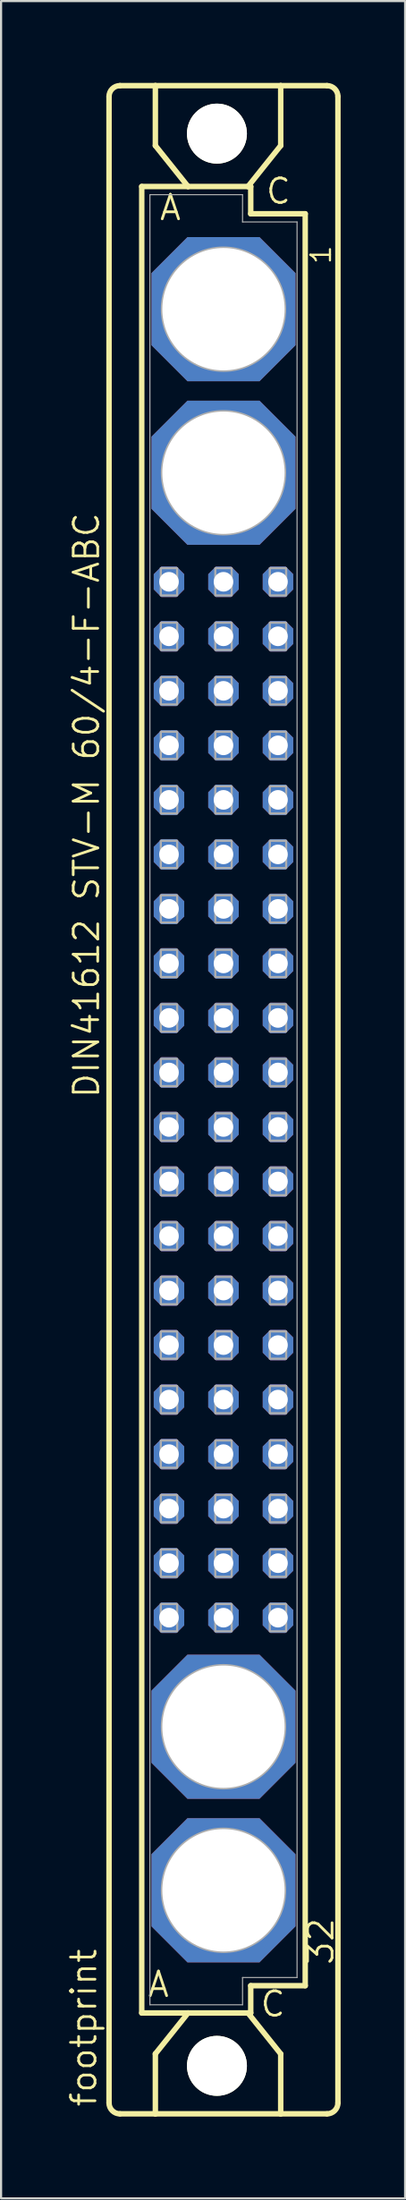
<source format=kicad_pcb>
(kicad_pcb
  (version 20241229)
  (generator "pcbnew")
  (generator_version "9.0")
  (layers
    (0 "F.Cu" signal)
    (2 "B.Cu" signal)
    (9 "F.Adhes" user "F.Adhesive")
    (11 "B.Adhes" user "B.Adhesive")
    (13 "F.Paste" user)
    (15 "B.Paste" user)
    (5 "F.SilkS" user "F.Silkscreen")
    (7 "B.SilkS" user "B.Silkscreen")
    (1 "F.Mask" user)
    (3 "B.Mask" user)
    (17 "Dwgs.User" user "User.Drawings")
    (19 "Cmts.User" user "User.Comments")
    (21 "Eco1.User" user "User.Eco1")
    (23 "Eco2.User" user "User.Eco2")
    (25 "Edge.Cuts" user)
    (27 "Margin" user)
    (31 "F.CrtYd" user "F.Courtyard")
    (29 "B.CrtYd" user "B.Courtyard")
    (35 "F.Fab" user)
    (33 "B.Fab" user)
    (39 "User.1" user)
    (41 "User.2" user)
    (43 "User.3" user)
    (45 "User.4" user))
  (footprint "footprint"
    (layer "F.Cu")
    (at 7.366 48.184)
    (property "Reference" "footprint" (at -5.842 46.99 90) (layer "F.SilkS") (effects (font (size 1.143 1.143) (thickness 0.127)) (justify left bottom)))
    (fp_line (start -5.334 46.736) (end -5.334 -46.736) (stroke (width 0.254) (type solid)) (layer "F.SilkS"))
    (fp_line (start -4.826 -47.244) (end -3.175 -47.244) (stroke (width 0.254) (type solid)) (layer "F.SilkS"))
    (fp_line (start -4.826 47.244) (end -3.175 47.244) (stroke (width 0.254) (type solid)) (layer "F.SilkS"))
    (fp_line (start -3.81 -42.545) (end -3.81 42.545) (stroke (width 0.254) (type solid)) (layer "F.SilkS"))
    (fp_line (start -3.81 42.545) (end -1.651 42.545) (stroke (width 0.254) (type solid)) (layer "F.SilkS"))
    (fp_line (start -3.175 -47.244) (end -3.175 -44.45) (stroke (width 0.254) (type solid)) (layer "F.SilkS"))
    (fp_line (start -3.175 47.244) (end -3.175 44.45) (stroke (width 0.254) (type solid)) (layer "F.SilkS"))
    (fp_line (start -3.175 47.244) (end 2.667 47.244) (stroke (width 0.254) (type solid)) (layer "F.SilkS"))
    (fp_line (start -1.651 -42.545) (end -3.81 -42.545) (stroke (width 0.254) (type solid)) (layer "F.SilkS"))
    (fp_line (start -1.651 -42.545) (end -3.175 -44.45) (stroke (width 0.254) (type solid)) (layer "F.SilkS"))
    (fp_line (start -1.651 42.545) (end -3.175 44.45) (stroke (width 0.254) (type solid)) (layer "F.SilkS"))
    (fp_line (start -1.651 42.545) (end 1.143 42.545) (stroke (width 0.254) (type solid)) (layer "F.SilkS"))
    (fp_line (start 1.143 -42.545) (end -1.651 -42.545) (stroke (width 0.254) (type solid)) (layer "F.SilkS"))
    (fp_line (start 1.143 -42.545) (end 2.667 -44.45) (stroke (width 0.254) (type solid)) (layer "F.SilkS"))
    (fp_line (start 1.143 42.545) (end 1.27 42.545) (stroke (width 0.254) (type solid)) (layer "F.SilkS"))
    (fp_line (start 1.143 42.545) (end 2.667 44.45) (stroke (width 0.254) (type solid)) (layer "F.SilkS"))
    (fp_line (start 1.27 -42.545) (end 1.143 -42.545) (stroke (width 0.254) (type solid)) (layer "F.SilkS"))
    (fp_line (start 1.27 -41.275) (end 1.27 -42.545) (stroke (width 0.254) (type solid)) (layer "F.SilkS"))
    (fp_line (start 1.27 41.275) (end 3.81 41.275) (stroke (width 0.254) (type solid)) (layer "F.SilkS"))
    (fp_line (start 1.27 42.545) (end 1.27 41.275) (stroke (width 0.254) (type solid)) (layer "F.SilkS"))
    (fp_line (start 2.667 -47.244) (end -3.175 -47.244) (stroke (width 0.254) (type solid)) (layer "F.SilkS"))
    (fp_line (start 2.667 -47.244) (end 2.667 -44.45) (stroke (width 0.254) (type solid)) (layer "F.SilkS"))
    (fp_line (start 2.667 47.244) (end 2.667 44.45) (stroke (width 0.254) (type solid)) (layer "F.SilkS"))
    (fp_line (start 2.667 47.244) (end 4.826 47.244) (stroke (width 0.254) (type solid)) (layer "F.SilkS"))
    (fp_line (start 3.81 -41.275) (end 1.27 -41.275) (stroke (width 0.254) (type solid)) (layer "F.SilkS"))
    (fp_line (start 3.81 41.275) (end 3.81 -41.275) (stroke (width 0.254) (type solid)) (layer "F.SilkS"))
    (fp_line (start 4.826 -47.244) (end 2.667 -47.244) (stroke (width 0.254) (type solid)) (layer "F.SilkS"))
    (fp_line (start 5.334 46.736) (end 5.334 -46.736) (stroke (width 0.254) (type solid)) (layer "F.SilkS"))
    (fp_arc (start -5.334 -46.736) (mid -5.18521 -47.09521) (end -4.826 -47.244) (stroke (width 0.254) (type solid)) (layer "F.SilkS"))
    (fp_arc (start -4.826 47.244) (mid -5.18521 47.09521) (end -5.334 46.736) (stroke (width 0.254) (type solid)) (layer "F.SilkS"))
    (fp_arc (start 4.826 -47.244) (mid 5.18521 -47.09521) (end 5.334 -46.736) (stroke (width 0.254) (type solid)) (layer "F.SilkS"))
    (fp_arc (start 5.334 46.736) (mid 5.18521 47.09521) (end 4.826 47.244) (stroke (width 0.254) (type solid)) (layer "F.SilkS"))
    (fp_circle (center -0.305 -45.009) (end 0.965 -45.009) (stroke (width 0.254) (type solid)) (fill no) (layer "F.SilkS"))
    (fp_circle (center -0.305 45.009) (end 0.965 45.009) (stroke (width 0.254) (type solid)) (fill no) (layer "F.SilkS"))
    (fp_line (start -3.429 -42.164) (end -3.429 42.164) (stroke (width 0.051) (type solid)) (layer "F.Fab"))
    (fp_line (start -3.429 -42.164) (end 0.889 -42.164) (stroke (width 0.051) (type solid)) (layer "F.Fab"))
    (fp_line (start -3.429 42.164) (end 0.889 42.164) (stroke (width 0.051) (type solid)) (layer "F.Fab"))
    (fp_line (start 0.889 -42.164) (end 0.889 -40.894) (stroke (width 0.051) (type solid)) (layer "F.Fab"))
    (fp_line (start 0.889 -40.894) (end 3.429 -40.894) (stroke (width 0.051) (type solid)) (layer "F.Fab"))
    (fp_line (start 0.889 40.894) (end 3.429 40.894) (stroke (width 0.051) (type solid)) (layer "F.Fab"))
    (fp_line (start 0.889 42.164) (end 0.889 40.894) (stroke (width 0.051) (type solid)) (layer "F.Fab"))
    (fp_line (start 3.429 -40.894) (end 3.429 40.894) (stroke (width 0.051) (type solid)) (layer "F.Fab"))
    (fp_circle (center 0 -36.83) (end 2.794 -36.83) (stroke (width 0.254) (type solid)) (fill no) (layer "F.Fab"))
    (fp_circle (center 0 -29.21) (end 2.794 -29.21) (stroke (width 0.254) (type solid)) (fill no) (layer "F.Fab"))
    (fp_circle (center 0 29.21) (end 2.794 29.21) (stroke (width 0.254) (type solid)) (fill no) (layer "F.Fab"))
    (fp_circle (center 0 36.83) (end 2.794 36.83) (stroke (width 0.254) (type solid)) (fill no) (layer "F.Fab"))
    (fp_poly (pts (xy -2.921 -23.495) (xy -2.159 -23.495) (xy -2.159 -24.765) (xy -2.921 -24.765)) (stroke (width 0.1) (type solid)) (fill no) (layer "F.Fab"))
    (fp_poly (pts (xy -2.921 -20.955) (xy -2.159 -20.955) (xy -2.159 -22.225) (xy -2.921 -22.225)) (stroke (width 0.1) (type solid)) (fill no) (layer "F.Fab"))
    (fp_poly (pts (xy -2.921 -18.415) (xy -2.159 -18.415) (xy -2.159 -19.685) (xy -2.921 -19.685)) (stroke (width 0.1) (type solid)) (fill no) (layer "F.Fab"))
    (fp_poly (pts (xy -2.921 -15.875) (xy -2.159 -15.875) (xy -2.159 -17.145) (xy -2.921 -17.145)) (stroke (width 0.1) (type solid)) (fill no) (layer "F.Fab"))
    (fp_poly (pts (xy -2.921 -13.335) (xy -2.159 -13.335) (xy -2.159 -14.605) (xy -2.921 -14.605)) (stroke (width 0.1) (type solid)) (fill no) (layer "F.Fab"))
    (fp_poly (pts (xy -2.921 -10.795) (xy -2.159 -10.795) (xy -2.159 -12.065) (xy -2.921 -12.065)) (stroke (width 0.1) (type solid)) (fill no) (layer "F.Fab"))
    (fp_poly (pts (xy -2.921 -8.255) (xy -2.159 -8.255) (xy -2.159 -9.525) (xy -2.921 -9.525)) (stroke (width 0.1) (type solid)) (fill no) (layer "F.Fab"))
    (fp_poly (pts (xy -2.921 -5.715) (xy -2.159 -5.715) (xy -2.159 -6.985) (xy -2.921 -6.985)) (stroke (width 0.1) (type solid)) (fill no) (layer "F.Fab"))
    (fp_poly (pts (xy -2.921 -3.175) (xy -2.159 -3.175) (xy -2.159 -4.445) (xy -2.921 -4.445)) (stroke (width 0.1) (type solid)) (fill no) (layer "F.Fab"))
    (fp_poly (pts (xy -2.921 -0.635) (xy -2.159 -0.635) (xy -2.159 -1.905) (xy -2.921 -1.905)) (stroke (width 0.1) (type solid)) (fill no) (layer "F.Fab"))
    (fp_poly (pts (xy -2.921 1.905) (xy -2.159 1.905) (xy -2.159 0.635) (xy -2.921 0.635)) (stroke (width 0.1) (type solid)) (fill no) (layer "F.Fab"))
    (fp_poly (pts (xy -2.921 4.445) (xy -2.159 4.445) (xy -2.159 3.175) (xy -2.921 3.175)) (stroke (width 0.1) (type solid)) (fill no) (layer "F.Fab"))
    (fp_poly (pts (xy -2.921 6.985) (xy -2.159 6.985) (xy -2.159 5.715) (xy -2.921 5.715)) (stroke (width 0.1) (type solid)) (fill no) (layer "F.Fab"))
    (fp_poly (pts (xy -2.921 9.525) (xy -2.159 9.525) (xy -2.159 8.255) (xy -2.921 8.255)) (stroke (width 0.1) (type solid)) (fill no) (layer "F.Fab"))
    (fp_poly (pts (xy -2.921 12.065) (xy -2.159 12.065) (xy -2.159 10.795) (xy -2.921 10.795)) (stroke (width 0.1) (type solid)) (fill no) (layer "F.Fab"))
    (fp_poly (pts (xy -2.921 14.605) (xy -2.159 14.605) (xy -2.159 13.335) (xy -2.921 13.335)) (stroke (width 0.1) (type solid)) (fill no) (layer "F.Fab"))
    (fp_poly (pts (xy -2.921 17.145) (xy -2.159 17.145) (xy -2.159 15.875) (xy -2.921 15.875)) (stroke (width 0.1) (type solid)) (fill no) (layer "F.Fab"))
    (fp_poly (pts (xy -2.921 19.685) (xy -2.159 19.685) (xy -2.159 18.415) (xy -2.921 18.415)) (stroke (width 0.1) (type solid)) (fill no) (layer "F.Fab"))
    (fp_poly (pts (xy -2.921 22.225) (xy -2.159 22.225) (xy -2.159 20.955) (xy -2.921 20.955)) (stroke (width 0.1) (type solid)) (fill no) (layer "F.Fab"))
    (fp_poly (pts (xy -2.921 24.765) (xy -2.159 24.765) (xy -2.159 23.495) (xy -2.921 23.495)) (stroke (width 0.1) (type solid)) (fill no) (layer "F.Fab"))
    (fp_poly (pts (xy -0.381 -23.495) (xy 0.381 -23.495) (xy 0.381 -24.765) (xy -0.381 -24.765)) (stroke (width 0.1) (type solid)) (fill no) (layer "F.Fab"))
    (fp_poly (pts (xy -0.381 -20.955) (xy 0.381 -20.955) (xy 0.381 -22.225) (xy -0.381 -22.225)) (stroke (width 0.1) (type solid)) (fill no) (layer "F.Fab"))
    (fp_poly (pts (xy -0.381 -18.415) (xy 0.381 -18.415) (xy 0.381 -19.685) (xy -0.381 -19.685)) (stroke (width 0.1) (type solid)) (fill no) (layer "F.Fab"))
    (fp_poly (pts (xy -0.381 -15.875) (xy 0.381 -15.875) (xy 0.381 -17.145) (xy -0.381 -17.145)) (stroke (width 0.1) (type solid)) (fill no) (layer "F.Fab"))
    (fp_poly (pts (xy -0.381 -13.335) (xy 0.381 -13.335) (xy 0.381 -14.605) (xy -0.381 -14.605)) (stroke (width 0.1) (type solid)) (fill no) (layer "F.Fab"))
    (fp_poly (pts (xy -0.381 -10.795) (xy 0.381 -10.795) (xy 0.381 -12.065) (xy -0.381 -12.065)) (stroke (width 0.1) (type solid)) (fill no) (layer "F.Fab"))
    (fp_poly (pts (xy -0.381 -8.255) (xy 0.381 -8.255) (xy 0.381 -9.525) (xy -0.381 -9.525)) (stroke (width 0.1) (type solid)) (fill no) (layer "F.Fab"))
    (fp_poly (pts (xy -0.381 -5.715) (xy 0.381 -5.715) (xy 0.381 -6.985) (xy -0.381 -6.985)) (stroke (width 0.1) (type solid)) (fill no) (layer "F.Fab"))
    (fp_poly (pts (xy -0.381 -3.175) (xy 0.381 -3.175) (xy 0.381 -4.445) (xy -0.381 -4.445)) (stroke (width 0.1) (type solid)) (fill no) (layer "F.Fab"))
    (fp_poly (pts (xy -0.381 -0.635) (xy 0.381 -0.635) (xy 0.381 -1.905) (xy -0.381 -1.905)) (stroke (width 0.1) (type solid)) (fill no) (layer "F.Fab"))
    (fp_poly (pts (xy -0.381 1.905) (xy 0.381 1.905) (xy 0.381 0.635) (xy -0.381 0.635)) (stroke (width 0.1) (type solid)) (fill no) (layer "F.Fab"))
    (fp_poly (pts (xy -0.381 4.445) (xy 0.381 4.445) (xy 0.381 3.175) (xy -0.381 3.175)) (stroke (width 0.1) (type solid)) (fill no) (layer "F.Fab"))
    (fp_poly (pts (xy -0.381 6.985) (xy 0.381 6.985) (xy 0.381 5.715) (xy -0.381 5.715)) (stroke (width 0.1) (type solid)) (fill no) (layer "F.Fab"))
    (fp_poly (pts (xy -0.381 9.525) (xy 0.381 9.525) (xy 0.381 8.255) (xy -0.381 8.255)) (stroke (width 0.1) (type solid)) (fill no) (layer "F.Fab"))
    (fp_poly (pts (xy -0.381 12.065) (xy 0.381 12.065) (xy 0.381 10.795) (xy -0.381 10.795)) (stroke (width 0.1) (type solid)) (fill no) (layer "F.Fab"))
    (fp_poly (pts (xy -0.381 14.605) (xy 0.381 14.605) (xy 0.381 13.335) (xy -0.381 13.335)) (stroke (width 0.1) (type solid)) (fill no) (layer "F.Fab"))
    (fp_poly (pts (xy -0.381 17.145) (xy 0.381 17.145) (xy 0.381 15.875) (xy -0.381 15.875)) (stroke (width 0.1) (type solid)) (fill no) (layer "F.Fab"))
    (fp_poly (pts (xy -0.381 19.685) (xy 0.381 19.685) (xy 0.381 18.415) (xy -0.381 18.415)) (stroke (width 0.1) (type solid)) (fill no) (layer "F.Fab"))
    (fp_poly (pts (xy -0.381 22.225) (xy 0.381 22.225) (xy 0.381 20.955) (xy -0.381 20.955)) (stroke (width 0.1) (type solid)) (fill no) (layer "F.Fab"))
    (fp_poly (pts (xy -0.381 24.765) (xy 0.381 24.765) (xy 0.381 23.495) (xy -0.381 23.495)) (stroke (width 0.1) (type solid)) (fill no) (layer "F.Fab"))
    (fp_poly (pts (xy 2.159 -23.495) (xy 2.921 -23.495) (xy 2.921 -24.765) (xy 2.159 -24.765)) (stroke (width 0.1) (type solid)) (fill no) (layer "F.Fab"))
    (fp_poly (pts (xy 2.159 -20.955) (xy 2.921 -20.955) (xy 2.921 -22.225) (xy 2.159 -22.225)) (stroke (width 0.1) (type solid)) (fill no) (layer "F.Fab"))
    (fp_poly (pts (xy 2.159 -18.415) (xy 2.921 -18.415) (xy 2.921 -19.685) (xy 2.159 -19.685)) (stroke (width 0.1) (type solid)) (fill no) (layer "F.Fab"))
    (fp_poly (pts (xy 2.159 -15.875) (xy 2.921 -15.875) (xy 2.921 -17.145) (xy 2.159 -17.145)) (stroke (width 0.1) (type solid)) (fill no) (layer "F.Fab"))
    (fp_poly (pts (xy 2.159 -13.335) (xy 2.921 -13.335) (xy 2.921 -14.605) (xy 2.159 -14.605)) (stroke (width 0.1) (type solid)) (fill no) (layer "F.Fab"))
    (fp_poly (pts (xy 2.159 -10.795) (xy 2.921 -10.795) (xy 2.921 -12.065) (xy 2.159 -12.065)) (stroke (width 0.1) (type solid)) (fill no) (layer "F.Fab"))
    (fp_poly (pts (xy 2.159 -8.255) (xy 2.921 -8.255) (xy 2.921 -9.525) (xy 2.159 -9.525)) (stroke (width 0.1) (type solid)) (fill no) (layer "F.Fab"))
    (fp_poly (pts (xy 2.159 -5.715) (xy 2.921 -5.715) (xy 2.921 -6.985) (xy 2.159 -6.985)) (stroke (width 0.1) (type solid)) (fill no) (layer "F.Fab"))
    (fp_poly (pts (xy 2.159 -3.175) (xy 2.921 -3.175) (xy 2.921 -4.445) (xy 2.159 -4.445)) (stroke (width 0.1) (type solid)) (fill no) (layer "F.Fab"))
    (fp_poly (pts (xy 2.159 -0.635) (xy 2.921 -0.635) (xy 2.921 -1.905) (xy 2.159 -1.905)) (stroke (width 0.1) (type solid)) (fill no) (layer "F.Fab"))
    (fp_poly (pts (xy 2.159 1.905) (xy 2.921 1.905) (xy 2.921 0.635) (xy 2.159 0.635)) (stroke (width 0.1) (type solid)) (fill no) (layer "F.Fab"))
    (fp_poly (pts (xy 2.159 4.445) (xy 2.921 4.445) (xy 2.921 3.175) (xy 2.159 3.175)) (stroke (width 0.1) (type solid)) (fill no) (layer "F.Fab"))
    (fp_poly (pts (xy 2.159 6.985) (xy 2.921 6.985) (xy 2.921 5.715) (xy 2.159 5.715)) (stroke (width 0.1) (type solid)) (fill no) (layer "F.Fab"))
    (fp_poly (pts (xy 2.159 9.525) (xy 2.921 9.525) (xy 2.921 8.255) (xy 2.159 8.255)) (stroke (width 0.1) (type solid)) (fill no) (layer "F.Fab"))
    (fp_poly (pts (xy 2.159 12.065) (xy 2.921 12.065) (xy 2.921 10.795) (xy 2.159 10.795)) (stroke (width 0.1) (type solid)) (fill no) (layer "F.Fab"))
    (fp_poly (pts (xy 2.159 14.605) (xy 2.921 14.605) (xy 2.921 13.335) (xy 2.159 13.335)) (stroke (width 0.1) (type solid)) (fill no) (layer "F.Fab"))
    (fp_poly (pts (xy 2.159 17.145) (xy 2.921 17.145) (xy 2.921 15.875) (xy 2.159 15.875)) (stroke (width 0.1) (type solid)) (fill no) (layer "F.Fab"))
    (fp_poly (pts (xy 2.159 19.685) (xy 2.921 19.685) (xy 2.921 18.415) (xy 2.159 18.415)) (stroke (width 0.1) (type solid)) (fill no) (layer "F.Fab"))
    (fp_poly (pts (xy 2.159 22.225) (xy 2.921 22.225) (xy 2.921 20.955) (xy 2.159 20.955)) (stroke (width 0.1) (type solid)) (fill no) (layer "F.Fab"))
    (fp_poly (pts (xy 2.159 24.765) (xy 2.921 24.765) (xy 2.921 23.495) (xy 2.159 23.495)) (stroke (width 0.1) (type solid)) (fill no) (layer "F.Fab"))
    (fp_text user " A " (at -4.475 41.883 0) (layer "F.SilkS") (effects (font (size 1.143 1.143) (thickness 0.127)) (justify left bottom)))
    (fp_text user "C" (at 1.905 -41.656 0) (layer "F.SilkS") (effects (font (size 1.143 1.143) (thickness 0.127)) (justify left bottom)))
    (fp_text user "1" (at 5.08 -38.862 90) (layer "F.SilkS") (effects (font (size 0.914 0.914) (thickness 0.102)) (justify left bottom)))
    (fp_text user "A" (at -3.048 -40.894 0) (layer "F.SilkS") (effects (font (size 1.143 1.143) (thickness 0.127)) (justify left bottom)))
    (fp_text user " C " (at 0.778 42.799 0) (layer "F.SilkS") (effects (font (size 1.143 1.143) (thickness 0.127)) (justify left bottom)))
    (fp_text user "32" (at 5.207 40.386 90) (layer "F.SilkS") (effects (font (size 1.143 1.143) (thickness 0.127)) (justify left bottom)))
    (fp_text user "DIN41612 STV-M 60/4-F-ABC" (at -5.715 0 90) (layer "F.SilkS") (effects (font (size 1.143 1.143) (thickness 0.127)) (justify left bottom)))
    (pad "" np_thru_hole circle (at -0.305 -45.009) (size 2.794 2.794) (drill 2.794) (layers "*.Cu" "*.Mask"))
    (pad "" np_thru_hole circle (at -0.305 45.009) (size 2.794 2.794) (drill 2.794) (layers "*.Cu" "*.Mask"))
    (pad "1" thru_hole roundrect (at 0 -36.83) (size 6.716 6.716) (drill 5.7) (layers "*.Cu" "*.Mask") (roundrect_rratio 0.25) (chamfer_ratio 0.25) (chamfer top_left top_right bottom_left bottom_right))
    (pad "2" thru_hole roundrect (at 0 -29.21) (size 6.716 6.716) (drill 5.7) (layers "*.Cu" "*.Mask") (roundrect_rratio 0.25) (chamfer_ratio 0.25) (chamfer top_left top_right bottom_left bottom_right))
    (pad "3" thru_hole roundrect (at 0 29.21) (size 6.716 6.716) (drill 5.7) (layers "*.Cu" "*.Mask") (roundrect_rratio 0.25) (chamfer_ratio 0.25) (chamfer top_left top_right bottom_left bottom_right))
    (pad "4" thru_hole roundrect (at 0 36.83) (size 6.716 6.716) (drill 5.7) (layers "*.Cu" "*.Mask") (roundrect_rratio 0.25) (chamfer_ratio 0.25) (chamfer top_left top_right bottom_left bottom_right))
    (pad "A7" thru_hole roundrect (at -2.54 -24.13) (size 1.422 1.422) (drill 0.914) (layers "*.Cu" "*.Mask") (roundrect_rratio 0.25) (chamfer_ratio 0.25) (chamfer top_left top_right bottom_left bottom_right))
    (pad "A8" thru_hole roundrect (at -2.54 -21.59) (size 1.422 1.422) (drill 0.914) (layers "*.Cu" "*.Mask") (roundrect_rratio 0.25) (chamfer_ratio 0.25) (chamfer top_left top_right bottom_left bottom_right))
    (pad "A9" thru_hole roundrect (at -2.54 -19.05) (size 1.422 1.422) (drill 0.914) (layers "*.Cu" "*.Mask") (roundrect_rratio 0.25) (chamfer_ratio 0.25) (chamfer top_left top_right bottom_left bottom_right))
    (pad "A10" thru_hole roundrect (at -2.54 -16.51) (size 1.422 1.422) (drill 0.914) (layers "*.Cu" "*.Mask") (roundrect_rratio 0.25) (chamfer_ratio 0.25) (chamfer top_left top_right bottom_left bottom_right))
    (pad "A11" thru_hole roundrect (at -2.54 -13.97) (size 1.422 1.422) (drill 0.914) (layers "*.Cu" "*.Mask") (roundrect_rratio 0.25) (chamfer_ratio 0.25) (chamfer top_left top_right bottom_left bottom_right))
    (pad "A12" thru_hole roundrect (at -2.54 -11.43) (size 1.422 1.422) (drill 0.914) (layers "*.Cu" "*.Mask") (roundrect_rratio 0.25) (chamfer_ratio 0.25) (chamfer top_left top_right bottom_left bottom_right))
    (pad "A13" thru_hole roundrect (at -2.54 -8.89) (size 1.422 1.422) (drill 0.914) (layers "*.Cu" "*.Mask") (roundrect_rratio 0.25) (chamfer_ratio 0.25) (chamfer top_left top_right bottom_left bottom_right))
    (pad "A14" thru_hole roundrect (at -2.54 -6.35) (size 1.422 1.422) (drill 0.914) (layers "*.Cu" "*.Mask") (roundrect_rratio 0.25) (chamfer_ratio 0.25) (chamfer top_left top_right bottom_left bottom_right))
    (pad "A15" thru_hole roundrect (at -2.54 -3.81) (size 1.422 1.422) (drill 0.914) (layers "*.Cu" "*.Mask") (roundrect_rratio 0.25) (chamfer_ratio 0.25) (chamfer top_left top_right bottom_left bottom_right))
    (pad "A16" thru_hole roundrect (at -2.54 -1.27) (size 1.422 1.422) (drill 0.914) (layers "*.Cu" "*.Mask") (roundrect_rratio 0.25) (chamfer_ratio 0.25) (chamfer top_left top_right bottom_left bottom_right))
    (pad "A17" thru_hole roundrect (at -2.54 1.27) (size 1.422 1.422) (drill 0.914) (layers "*.Cu" "*.Mask") (roundrect_rratio 0.25) (chamfer_ratio 0.25) (chamfer top_left top_right bottom_left bottom_right))
    (pad "A18" thru_hole roundrect (at -2.54 3.81) (size 1.422 1.422) (drill 0.914) (layers "*.Cu" "*.Mask") (roundrect_rratio 0.25) (chamfer_ratio 0.25) (chamfer top_left top_right bottom_left bottom_right))
    (pad "A19" thru_hole roundrect (at -2.54 6.35) (size 1.422 1.422) (drill 0.914) (layers "*.Cu" "*.Mask") (roundrect_rratio 0.25) (chamfer_ratio 0.25) (chamfer top_left top_right bottom_left bottom_right))
    (pad "A20" thru_hole roundrect (at -2.54 8.89) (size 1.422 1.422) (drill 0.914) (layers "*.Cu" "*.Mask") (roundrect_rratio 0.25) (chamfer_ratio 0.25) (chamfer top_left top_right bottom_left bottom_right))
    (pad "A21" thru_hole roundrect (at -2.54 11.43) (size 1.422 1.422) (drill 0.914) (layers "*.Cu" "*.Mask") (roundrect_rratio 0.25) (chamfer_ratio 0.25) (chamfer top_left top_right bottom_left bottom_right))
    (pad "A22" thru_hole roundrect (at -2.54 13.97) (size 1.422 1.422) (drill 0.914) (layers "*.Cu" "*.Mask") (roundrect_rratio 0.25) (chamfer_ratio 0.25) (chamfer top_left top_right bottom_left bottom_right))
    (pad "A23" thru_hole roundrect (at -2.54 16.51) (size 1.422 1.422) (drill 0.914) (layers "*.Cu" "*.Mask") (roundrect_rratio 0.25) (chamfer_ratio 0.25) (chamfer top_left top_right bottom_left bottom_right))
    (pad "A24" thru_hole roundrect (at -2.54 19.05) (size 1.422 1.422) (drill 0.914) (layers "*.Cu" "*.Mask") (roundrect_rratio 0.25) (chamfer_ratio 0.25) (chamfer top_left top_right bottom_left bottom_right))
    (pad "A25" thru_hole roundrect (at -2.54 21.59) (size 1.422 1.422) (drill 0.914) (layers "*.Cu" "*.Mask") (roundrect_rratio 0.25) (chamfer_ratio 0.25) (chamfer top_left top_right bottom_left bottom_right))
    (pad "A26" thru_hole roundrect (at -2.54 24.13) (size 1.422 1.422) (drill 0.914) (layers "*.Cu" "*.Mask") (roundrect_rratio 0.25) (chamfer_ratio 0.25) (chamfer top_left top_right bottom_left bottom_right))
    (pad "B7" thru_hole roundrect (at 0 -24.13) (size 1.422 1.422) (drill 0.914) (layers "*.Cu" "*.Mask") (roundrect_rratio 0.25) (chamfer_ratio 0.25) (chamfer top_left top_right bottom_left bottom_right))
    (pad "B8" thru_hole roundrect (at 0 -21.59) (size 1.422 1.422) (drill 0.914) (layers "*.Cu" "*.Mask") (roundrect_rratio 0.25) (chamfer_ratio 0.25) (chamfer top_left top_right bottom_left bottom_right))
    (pad "B9" thru_hole roundrect (at 0 -19.05) (size 1.422 1.422) (drill 0.914) (layers "*.Cu" "*.Mask") (roundrect_rratio 0.25) (chamfer_ratio 0.25) (chamfer top_left top_right bottom_left bottom_right))
    (pad "B10" thru_hole roundrect (at 0 -16.51) (size 1.422 1.422) (drill 0.914) (layers "*.Cu" "*.Mask") (roundrect_rratio 0.25) (chamfer_ratio 0.25) (chamfer top_left top_right bottom_left bottom_right))
    (pad "B11" thru_hole roundrect (at 0 -13.97) (size 1.422 1.422) (drill 0.914) (layers "*.Cu" "*.Mask") (roundrect_rratio 0.25) (chamfer_ratio 0.25) (chamfer top_left top_right bottom_left bottom_right))
    (pad "B12" thru_hole roundrect (at 0 -11.43) (size 1.422 1.422) (drill 0.914) (layers "*.Cu" "*.Mask") (roundrect_rratio 0.25) (chamfer_ratio 0.25) (chamfer top_left top_right bottom_left bottom_right))
    (pad "B13" thru_hole roundrect (at 0 -8.89) (size 1.422 1.422) (drill 0.914) (layers "*.Cu" "*.Mask") (roundrect_rratio 0.25) (chamfer_ratio 0.25) (chamfer top_left top_right bottom_left bottom_right))
    (pad "B14" thru_hole roundrect (at 0 -6.35) (size 1.422 1.422) (drill 0.914) (layers "*.Cu" "*.Mask") (roundrect_rratio 0.25) (chamfer_ratio 0.25) (chamfer top_left top_right bottom_left bottom_right))
    (pad "B15" thru_hole roundrect (at 0 -3.81) (size 1.422 1.422) (drill 0.914) (layers "*.Cu" "*.Mask") (roundrect_rratio 0.25) (chamfer_ratio 0.25) (chamfer top_left top_right bottom_left bottom_right))
    (pad "B16" thru_hole roundrect (at 0 -1.27) (size 1.422 1.422) (drill 0.914) (layers "*.Cu" "*.Mask") (roundrect_rratio 0.25) (chamfer_ratio 0.25) (chamfer top_left top_right bottom_left bottom_right))
    (pad "B17" thru_hole roundrect (at 0 1.27) (size 1.422 1.422) (drill 0.914) (layers "*.Cu" "*.Mask") (roundrect_rratio 0.25) (chamfer_ratio 0.25) (chamfer top_left top_right bottom_left bottom_right))
    (pad "B18" thru_hole roundrect (at 0 3.81) (size 1.422 1.422) (drill 0.914) (layers "*.Cu" "*.Mask") (roundrect_rratio 0.25) (chamfer_ratio 0.25) (chamfer top_left top_right bottom_left bottom_right))
    (pad "B19" thru_hole roundrect (at 0 6.35) (size 1.422 1.422) (drill 0.914) (layers "*.Cu" "*.Mask") (roundrect_rratio 0.25) (chamfer_ratio 0.25) (chamfer top_left top_right bottom_left bottom_right))
    (pad "B20" thru_hole roundrect (at 0 8.89) (size 1.422 1.422) (drill 0.914) (layers "*.Cu" "*.Mask") (roundrect_rratio 0.25) (chamfer_ratio 0.25) (chamfer top_left top_right bottom_left bottom_right))
    (pad "B21" thru_hole roundrect (at 0 11.43) (size 1.422 1.422) (drill 0.914) (layers "*.Cu" "*.Mask") (roundrect_rratio 0.25) (chamfer_ratio 0.25) (chamfer top_left top_right bottom_left bottom_right))
    (pad "B22" thru_hole roundrect (at 0 13.97) (size 1.422 1.422) (drill 0.914) (layers "*.Cu" "*.Mask") (roundrect_rratio 0.25) (chamfer_ratio 0.25) (chamfer top_left top_right bottom_left bottom_right))
    (pad "B23" thru_hole roundrect (at 0 16.51) (size 1.422 1.422) (drill 0.914) (layers "*.Cu" "*.Mask") (roundrect_rratio 0.25) (chamfer_ratio 0.25) (chamfer top_left top_right bottom_left bottom_right))
    (pad "B24" thru_hole roundrect (at 0 19.05) (size 1.422 1.422) (drill 0.914) (layers "*.Cu" "*.Mask") (roundrect_rratio 0.25) (chamfer_ratio 0.25) (chamfer top_left top_right bottom_left bottom_right))
    (pad "B25" thru_hole roundrect (at 0 21.59) (size 1.422 1.422) (drill 0.914) (layers "*.Cu" "*.Mask") (roundrect_rratio 0.25) (chamfer_ratio 0.25) (chamfer top_left top_right bottom_left bottom_right))
    (pad "B26" thru_hole roundrect (at 0 24.13) (size 1.422 1.422) (drill 0.914) (layers "*.Cu" "*.Mask") (roundrect_rratio 0.25) (chamfer_ratio 0.25) (chamfer top_left top_right bottom_left bottom_right))
    (pad "C7" thru_hole roundrect (at 2.54 -24.13) (size 1.422 1.422) (drill 0.914) (layers "*.Cu" "*.Mask") (roundrect_rratio 0.25) (chamfer_ratio 0.25) (chamfer top_left top_right bottom_left bottom_right))
    (pad "C8" thru_hole roundrect (at 2.54 -21.59) (size 1.422 1.422) (drill 0.914) (layers "*.Cu" "*.Mask") (roundrect_rratio 0.25) (chamfer_ratio 0.25) (chamfer top_left top_right bottom_left bottom_right))
    (pad "C9" thru_hole roundrect (at 2.54 -19.05) (size 1.422 1.422) (drill 0.914) (layers "*.Cu" "*.Mask") (roundrect_rratio 0.25) (chamfer_ratio 0.25) (chamfer top_left top_right bottom_left bottom_right))
    (pad "C10" thru_hole roundrect (at 2.54 -16.51) (size 1.422 1.422) (drill 0.914) (layers "*.Cu" "*.Mask") (roundrect_rratio 0.25) (chamfer_ratio 0.25) (chamfer top_left top_right bottom_left bottom_right))
    (pad "C11" thru_hole roundrect (at 2.54 -13.97) (size 1.422 1.422) (drill 0.914) (layers "*.Cu" "*.Mask") (roundrect_rratio 0.25) (chamfer_ratio 0.25) (chamfer top_left top_right bottom_left bottom_right))
    (pad "C12" thru_hole roundrect (at 2.54 -11.43) (size 1.422 1.422) (drill 0.914) (layers "*.Cu" "*.Mask") (roundrect_rratio 0.25) (chamfer_ratio 0.25) (chamfer top_left top_right bottom_left bottom_right))
    (pad "C13" thru_hole roundrect (at 2.54 -8.89) (size 1.422 1.422) (drill 0.914) (layers "*.Cu" "*.Mask") (roundrect_rratio 0.25) (chamfer_ratio 0.25) (chamfer top_left top_right bottom_left bottom_right))
    (pad "C14" thru_hole roundrect (at 2.54 -6.35) (size 1.422 1.422) (drill 0.914) (layers "*.Cu" "*.Mask") (roundrect_rratio 0.25) (chamfer_ratio 0.25) (chamfer top_left top_right bottom_left bottom_right))
    (pad "C15" thru_hole roundrect (at 2.54 -3.81) (size 1.422 1.422) (drill 0.914) (layers "*.Cu" "*.Mask") (roundrect_rratio 0.25) (chamfer_ratio 0.25) (chamfer top_left top_right bottom_left bottom_right))
    (pad "C16" thru_hole roundrect (at 2.54 -1.27) (size 1.422 1.422) (drill 0.914) (layers "*.Cu" "*.Mask") (roundrect_rratio 0.25) (chamfer_ratio 0.25) (chamfer top_left top_right bottom_left bottom_right))
    (pad "C17" thru_hole roundrect (at 2.54 1.27) (size 1.422 1.422) (drill 0.914) (layers "*.Cu" "*.Mask") (roundrect_rratio 0.25) (chamfer_ratio 0.25) (chamfer top_left top_right bottom_left bottom_right))
    (pad "C18" thru_hole roundrect (at 2.54 3.81) (size 1.422 1.422) (drill 0.914) (layers "*.Cu" "*.Mask") (roundrect_rratio 0.25) (chamfer_ratio 0.25) (chamfer top_left top_right bottom_left bottom_right))
    (pad "C19" thru_hole roundrect (at 2.54 6.35) (size 1.422 1.422) (drill 0.914) (layers "*.Cu" "*.Mask") (roundrect_rratio 0.25) (chamfer_ratio 0.25) (chamfer top_left top_right bottom_left bottom_right))
    (pad "C20" thru_hole roundrect (at 2.54 8.89) (size 1.422 1.422) (drill 0.914) (layers "*.Cu" "*.Mask") (roundrect_rratio 0.25) (chamfer_ratio 0.25) (chamfer top_left top_right bottom_left bottom_right))
    (pad "C21" thru_hole roundrect (at 2.54 11.43) (size 1.422 1.422) (drill 0.914) (layers "*.Cu" "*.Mask") (roundrect_rratio 0.25) (chamfer_ratio 0.25) (chamfer top_left top_right bottom_left bottom_right))
    (pad "C22" thru_hole roundrect (at 2.54 13.97) (size 1.422 1.422) (drill 0.914) (layers "*.Cu" "*.Mask") (roundrect_rratio 0.25) (chamfer_ratio 0.25) (chamfer top_left top_right bottom_left bottom_right))
    (pad "C23" thru_hole roundrect (at 2.54 16.51) (size 1.422 1.422) (drill 0.914) (layers "*.Cu" "*.Mask") (roundrect_rratio 0.25) (chamfer_ratio 0.25) (chamfer top_left top_right bottom_left bottom_right))
    (pad "C24" thru_hole roundrect (at 2.54 19.05) (size 1.422 1.422) (drill 0.914) (layers "*.Cu" "*.Mask") (roundrect_rratio 0.25) (chamfer_ratio 0.25) (chamfer top_left top_right bottom_left bottom_right))
    (pad "C25" thru_hole roundrect (at 2.54 21.59) (size 1.422 1.422) (drill 0.914) (layers "*.Cu" "*.Mask") (roundrect_rratio 0.25) (chamfer_ratio 0.25) (chamfer top_left top_right bottom_left bottom_right))
    (pad "C26" thru_hole roundrect (at 2.54 24.13) (size 1.422 1.422) (drill 0.914) (layers "*.Cu" "*.Mask") (roundrect_rratio 0.25) (chamfer_ratio 0.25) (chamfer top_left top_right bottom_left bottom_right))
    (zone (net_name "") (layers "F.Cu" "B.Cu") (hatch edge 0.508) (connect_pads) (min_thickness 0.254) (filled_areas_thickness no) (keepout (tracks allowed) (vias not_allowed) (pads allowed) (copperpour allowed) (footprints allowed)) (placement (enabled no)) (fill) (polygon (pts (xy 10.236 3.175) (xy 10.188 2.624) (xy 10.045 2.089) (xy 9.811 1.587) (xy 9.493 1.134) (xy 9.102 0.743) (xy 8.649 0.425) (xy 8.147 0.191) (xy 7.613 0.048) (xy 7.061 0) (xy 6.51 0.048) (xy 5.975 0.191) (xy 5.474 0.425) (xy 5.02 0.743) (xy 4.629 1.134) (xy 4.312 1.587) (xy 4.078 2.089) (xy 3.934 2.624) (xy 3.886 3.175) (xy 3.934 3.726) (xy 4.078 4.261) (xy 4.312 4.763) (xy 4.629 5.216) (xy 5.02 5.607) (xy 5.474 5.925) (xy 5.975 6.159) (xy 6.51 6.302) (xy 7.061 6.35) (xy 7.613 6.302) (xy 8.147 6.159) (xy 8.649 5.925) (xy 9.102 5.607) (xy 9.493 5.216) (xy 9.811 4.763) (xy 10.045 4.261) (xy 10.188 3.726))) (polygon (pts (xy 8.458 3.175) (xy 8.437 2.932) (xy 8.374 2.697) (xy 8.271 2.477) (xy 8.131 2.277) (xy 7.959 2.105) (xy 7.76 1.965) (xy 7.539 1.862) (xy 7.304 1.799) (xy 7.061 1.778) (xy 6.819 1.799) (xy 6.583 1.862) (xy 6.363 1.965) (xy 6.163 2.105) (xy 5.991 2.277) (xy 5.851 2.477) (xy 5.748 2.697) (xy 5.685 2.932) (xy 5.664 3.175) (xy 5.685 3.418) (xy 5.748 3.653) (xy 5.851 3.873) (xy 5.991 4.073) (xy 6.163 4.245) (xy 6.363 4.385) (xy 6.583 4.488) (xy 6.819 4.551) (xy 7.061 4.572) (xy 7.304 4.551) (xy 7.539 4.488) (xy 7.76 4.385) (xy 7.959 4.245) (xy 8.131 4.073) (xy 8.271 3.873) (xy 8.374 3.653) (xy 8.437 3.418))))
    (zone (net_name "") (layers "F.Cu" "B.Cu") (hatch edge 0.508) (connect_pads) (min_thickness 0.254) (filled_areas_thickness no) (keepout (tracks allowed) (vias not_allowed) (pads allowed) (copperpour allowed) (footprints allowed)) (placement (enabled no)) (fill) (polygon (pts (xy 10.236 93.193) (xy 10.188 92.641) (xy 10.045 92.107) (xy 9.811 91.605) (xy 9.493 91.152) (xy 9.102 90.76) (xy 8.649 90.443) (xy 8.147 90.209) (xy 7.613 90.066) (xy 7.061 90.018) (xy 6.51 90.066) (xy 5.975 90.209) (xy 5.474 90.443) (xy 5.02 90.76) (xy 4.629 91.152) (xy 4.312 91.605) (xy 4.078 92.107) (xy 3.934 92.641) (xy 3.886 93.193) (xy 3.934 93.744) (xy 4.078 94.279) (xy 4.312 94.78) (xy 4.629 95.233) (xy 5.02 95.625) (xy 5.474 95.942) (xy 5.975 96.176) (xy 6.51 96.319) (xy 7.061 96.368) (xy 7.613 96.319) (xy 8.147 96.176) (xy 8.649 95.942) (xy 9.102 95.625) (xy 9.493 95.233) (xy 9.811 94.78) (xy 10.045 94.279) (xy 10.188 93.744))) (polygon (pts (xy 8.458 93.193) (xy 8.437 92.95) (xy 8.374 92.715) (xy 8.271 92.494) (xy 8.131 92.295) (xy 7.959 92.122) (xy 7.76 91.983) (xy 7.539 91.88) (xy 7.304 91.817) (xy 7.061 91.796) (xy 6.819 91.817) (xy 6.583 91.88) (xy 6.363 91.983) (xy 6.163 92.122) (xy 5.991 92.295) (xy 5.851 92.494) (xy 5.748 92.715) (xy 5.685 92.95) (xy 5.664 93.193) (xy 5.685 93.435) (xy 5.748 93.67) (xy 5.851 93.891) (xy 5.991 94.091) (xy 6.163 94.263) (xy 6.363 94.402) (xy 6.583 94.505) (xy 6.819 94.568) (xy 7.061 94.59) (xy 7.304 94.568) (xy 7.539 94.505) (xy 7.76 94.402) (xy 7.959 94.263) (xy 8.131 94.091) (xy 8.271 93.891) (xy 8.374 93.67) (xy 8.437 93.435))))
    (zone (net_name "") (layer "B.Cu") (hatch edge 0.508) (connect_pads) (min_thickness 0.254) (filled_areas_thickness no) (keepout (tracks not_allowed) (vias not_allowed) (pads not_allowed) (copperpour not_allowed) (footprints allowed)) (placement (enabled no)) (fill) (polygon (pts (xy 10.236 3.175) (xy 10.188 2.624) (xy 10.045 2.089) (xy 9.811 1.587) (xy 9.493 1.134) (xy 9.102 0.743) (xy 8.649 0.425) (xy 8.147 0.191) (xy 7.613 0.048) (xy 7.061 0) (xy 6.51 0.048) (xy 5.975 0.191) (xy 5.474 0.425) (xy 5.02 0.743) (xy 4.629 1.134) (xy 4.312 1.587) (xy 4.078 2.089) (xy 3.934 2.624) (xy 3.886 3.175) (xy 3.934 3.726) (xy 4.078 4.261) (xy 4.312 4.763) (xy 4.629 5.216) (xy 5.02 5.607) (xy 5.474 5.925) (xy 5.975 6.159) (xy 6.51 6.302) (xy 7.061 6.35) (xy 7.613 6.302) (xy 8.147 6.159) (xy 8.649 5.925) (xy 9.102 5.607) (xy 9.493 5.216) (xy 9.811 4.763) (xy 10.045 4.261) (xy 10.188 3.726))) (polygon (pts (xy 8.458 3.175) (xy 8.437 2.932) (xy 8.374 2.697) (xy 8.271 2.477) (xy 8.131 2.277) (xy 7.959 2.105) (xy 7.76 1.965) (xy 7.539 1.862) (xy 7.304 1.799) (xy 7.061 1.778) (xy 6.819 1.799) (xy 6.583 1.862) (xy 6.363 1.965) (xy 6.163 2.105) (xy 5.991 2.277) (xy 5.851 2.477) (xy 5.748 2.697) (xy 5.685 2.932) (xy 5.664 3.175) (xy 5.685 3.418) (xy 5.748 3.653) (xy 5.851 3.873) (xy 5.991 4.073) (xy 6.163 4.245) (xy 6.363 4.385) (xy 6.583 4.488) (xy 6.819 4.551) (xy 7.061 4.572) (xy 7.304 4.551) (xy 7.539 4.488) (xy 7.76 4.385) (xy 7.959 4.245) (xy 8.131 4.073) (xy 8.271 3.873) (xy 8.374 3.653) (xy 8.437 3.418))))
    (zone (net_name "") (layer "B.Cu") (hatch edge 0.508) (connect_pads) (min_thickness 0.254) (filled_areas_thickness no) (keepout (tracks not_allowed) (vias not_allowed) (pads not_allowed) (copperpour not_allowed) (footprints allowed)) (placement (enabled no)) (fill) (polygon (pts (xy 10.236 93.193) (xy 10.188 92.641) (xy 10.045 92.107) (xy 9.811 91.605) (xy 9.493 91.152) (xy 9.102 90.76) (xy 8.649 90.443) (xy 8.147 90.209) (xy 7.613 90.066) (xy 7.061 90.018) (xy 6.51 90.066) (xy 5.975 90.209) (xy 5.474 90.443) (xy 5.02 90.76) (xy 4.629 91.152) (xy 4.312 91.605) (xy 4.078 92.107) (xy 3.934 92.641) (xy 3.886 93.193) (xy 3.934 93.744) (xy 4.078 94.279) (xy 4.312 94.78) (xy 4.629 95.233) (xy 5.02 95.625) (xy 5.474 95.942) (xy 5.975 96.176) (xy 6.51 96.319) (xy 7.061 96.368) (xy 7.613 96.319) (xy 8.147 96.176) (xy 8.649 95.942) (xy 9.102 95.625) (xy 9.493 95.233) (xy 9.811 94.78) (xy 10.045 94.279) (xy 10.188 93.744))) (polygon (pts (xy 8.458 93.193) (xy 8.437 92.95) (xy 8.374 92.715) (xy 8.271 92.494) (xy 8.131 92.295) (xy 7.959 92.122) (xy 7.76 91.983) (xy 7.539 91.88) (xy 7.304 91.817) (xy 7.061 91.796) (xy 6.819 91.817) (xy 6.583 91.88) (xy 6.363 91.983) (xy 6.163 92.122) (xy 5.991 92.295) (xy 5.851 92.494) (xy 5.748 92.715) (xy 5.685 92.95) (xy 5.664 93.193) (xy 5.685 93.435) (xy 5.748 93.67) (xy 5.851 93.891) (xy 5.991 94.091) (xy 6.163 94.263) (xy 6.363 94.402) (xy 6.583 94.505) (xy 6.819 94.568) (xy 7.061 94.59) (xy 7.304 94.568) (xy 7.539 94.505) (xy 7.76 94.402) (xy 7.959 94.263) (xy 8.131 94.091) (xy 8.271 93.891) (xy 8.374 93.67) (xy 8.437 93.435)))))
  (gr_rect
    (start -3 -3)
    (end 15.832 99.368)
    (stroke (width 0.1) (type default))
    (fill no)
    (layer "Edge.Cuts")))
</source>
